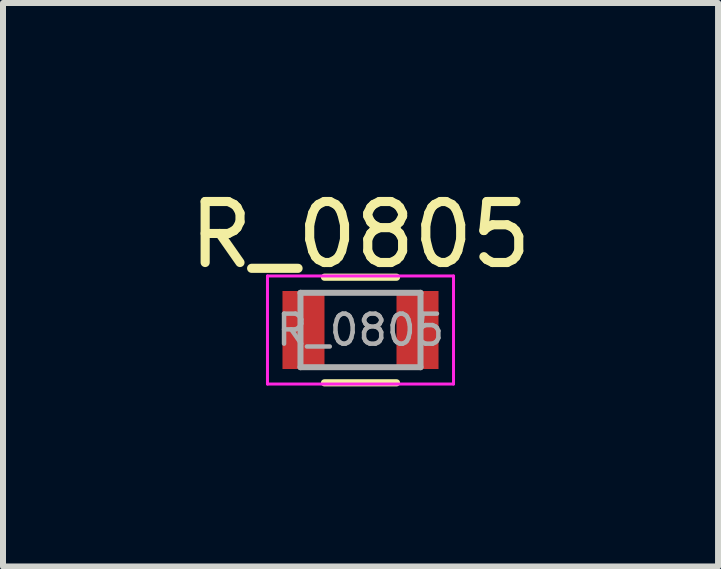
<source format=kicad_pcb>
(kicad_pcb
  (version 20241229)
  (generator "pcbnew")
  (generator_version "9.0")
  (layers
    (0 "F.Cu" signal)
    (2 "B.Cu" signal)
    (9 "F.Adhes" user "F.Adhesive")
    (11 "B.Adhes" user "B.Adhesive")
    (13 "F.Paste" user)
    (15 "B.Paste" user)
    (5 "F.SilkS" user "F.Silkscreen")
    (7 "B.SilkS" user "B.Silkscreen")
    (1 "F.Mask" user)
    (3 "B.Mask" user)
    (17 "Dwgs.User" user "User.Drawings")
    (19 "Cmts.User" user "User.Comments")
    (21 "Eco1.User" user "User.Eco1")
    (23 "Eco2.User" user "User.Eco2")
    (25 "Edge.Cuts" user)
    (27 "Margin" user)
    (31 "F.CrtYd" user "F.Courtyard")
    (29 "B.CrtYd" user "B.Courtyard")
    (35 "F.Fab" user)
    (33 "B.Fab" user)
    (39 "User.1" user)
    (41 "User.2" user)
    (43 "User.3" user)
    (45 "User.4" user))
  (footprint "R_0805"
    (layer "F.Cu")
    (at 2.957 2.449)
    (property "Reference" "R_0805" (at 0 -1.587 0) (layer "F.SilkS") (effects (font (size 1.016 1.016) (thickness 0.152))))
    (attr smd)
    (fp_line (start -0.6 -0.88) (end 0.6 -0.88) (stroke (width 0.12) (type solid)) (layer "F.SilkS"))
    (fp_line (start 0.6 0.88) (end -0.6 0.88) (stroke (width 0.12) (type solid)) (layer "F.SilkS"))
    (fp_line (start -1.55 -0.9) (end -1.55 0.9) (stroke (width 0.05) (type solid)) (layer "F.CrtYd"))
    (fp_line (start -1.55 -0.9) (end 1.55 -0.9) (stroke (width 0.05) (type solid)) (layer "F.CrtYd"))
    (fp_line (start 1.55 0.9) (end -1.55 0.9) (stroke (width 0.05) (type solid)) (layer "F.CrtYd"))
    (fp_line (start 1.55 0.9) (end 1.55 -0.9) (stroke (width 0.05) (type solid)) (layer "F.CrtYd"))
    (fp_line (start -1 -0.62) (end 1 -0.62) (stroke (width 0.1) (type solid)) (layer "F.Fab"))
    (fp_line (start -1 0.62) (end -1 -0.62) (stroke (width 0.1) (type solid)) (layer "F.Fab"))
    (fp_line (start 1 -0.62) (end 1 0.62) (stroke (width 0.1) (type solid)) (layer "F.Fab"))
    (fp_line (start 1 0.62) (end -1 0.62) (stroke (width 0.1) (type solid)) (layer "F.Fab"))
    (fp_text user "${REFERENCE}" (at 0 0 0) (layer "F.Fab") (effects (font (size 0.5 0.5) (thickness 0.075))))
    (pad "1" smd rect (at -0.95 0) (size 0.7 1.3) (layers "F.Cu" "F.Mask" "F.Paste"))
    (pad "2" smd rect (at 0.95 0) (size 0.7 1.3) (layers "F.Cu" "F.Mask" "F.Paste")))
  (gr_rect
    (start -3 -3)
    (end 8.915 6.389)
    (stroke (width 0.1) (type default))
    (fill no)
    (layer "Edge.Cuts")))
</source>
